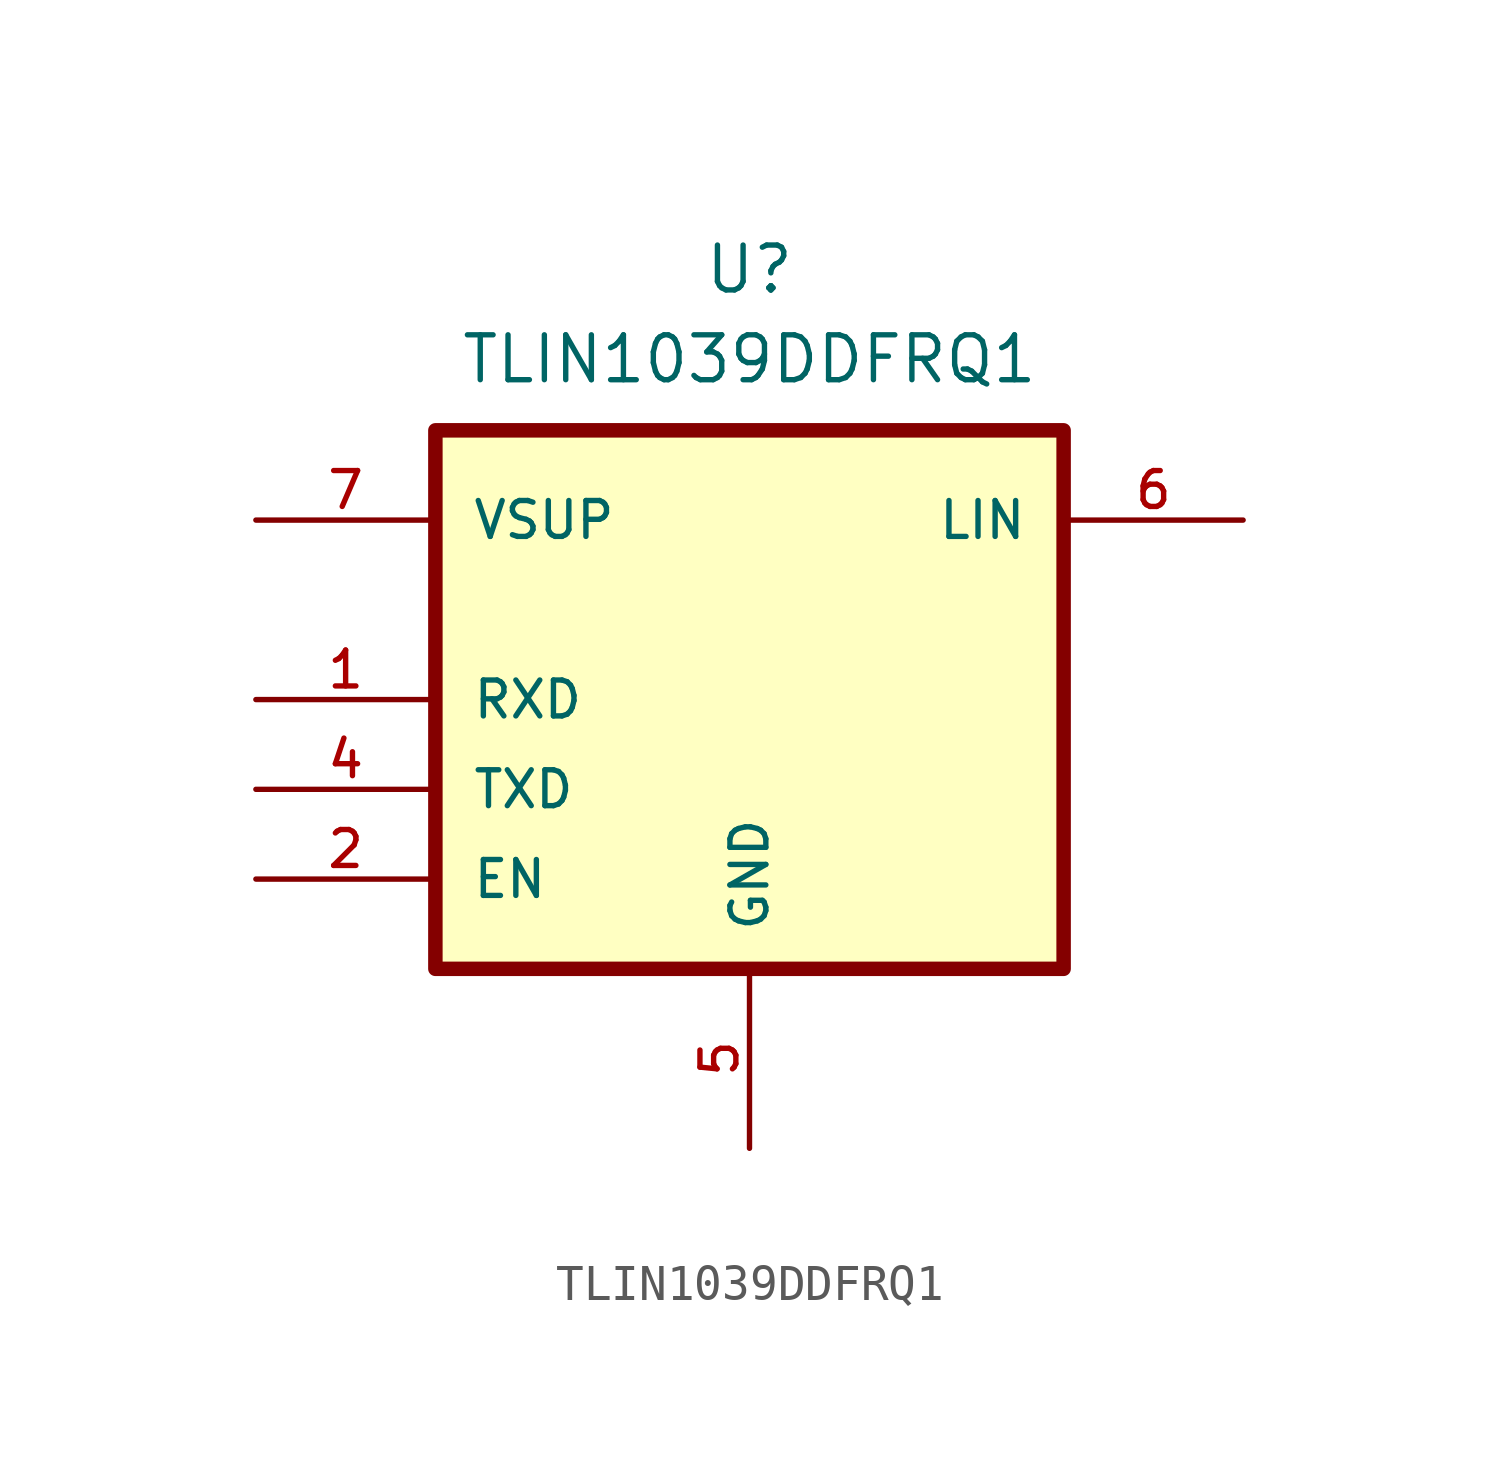
<source format=kicad_sym>
(kicad_symbol_lib
  (version 20241209)
  (generator "kicad_symbol_editor")
  (generator_version "9.0")
  (symbol "TLIN1039DDFRQ1"
    (pin_names
      (offset 1.016))
    (property "Reference" "U"
      (at 13.97 6.35 0)
      (effects (font (size 1.27 1.27)) (justify bottom)))
    (property "Value" "TLIN1039DDFRQ1"
      (at 13.97 3.81 0)
      (effects (font (size 1.27 1.27)) (justify bottom)))
    (symbol "TLIN1039DDFRQ1_0_0"
      (rectangle (start 5.08 2.54) (end 22.86 -12.7) (stroke (width 0.41) (type default)) (fill (type background)))
      (pin power_in line (at 0 0 0) (length 5.08) (name "VSUP" (effects (font (size 1.016 1.016)))) (number "7" (effects (font (size 1.016 1.016)))))
      (pin output line (at 0 -5.08 0) (length 5.08) (name "RXD" (effects (font (size 1.016 1.016)))) (number "1" (effects (font (size 1.016 1.016)))))
      (pin input line (at 0 -7.62 0) (length 5.08) (name "TXD" (effects (font (size 1.016 1.016)))) (number "4" (effects (font (size 1.016 1.016)))))
      (pin input line (at 0 -10.16 0) (length 5.08) (name "EN" (effects (font (size 1.016 1.016)))) (number "2" (effects (font (size 1.016 1.016)))))
      (pin power_in line (at 13.97 -17.78 90) (length 5.08) (name "GND" (effects (font (size 1.016 1.016)))) (number "5" (effects (font (size 1.016 1.016)))))
      (pin bidirectional line (at 27.94 0 180) (length 5.08) (name "LIN" (effects (font (size 1.016 1.016)))) (number "6" (effects (font (size 1.016 1.016))))))
    (symbol "TLIN1039DDFRQ1_1_0"
      (pin no_connect line (at 27.94 -5.08 180) (length 5.08) (hide yes) (name "NC" (effects (font (size 1.016 1.016)))) (number "3" (effects (font (size 1.016 1.016)))))
      (pin no_connect line (at 27.94 -7.62 180) (length 5.08) (hide yes) (name "NC" (effects (font (size 1.016 1.016)))) (number "8" (effects (font (size 1.016 1.016))))))))
</source>
